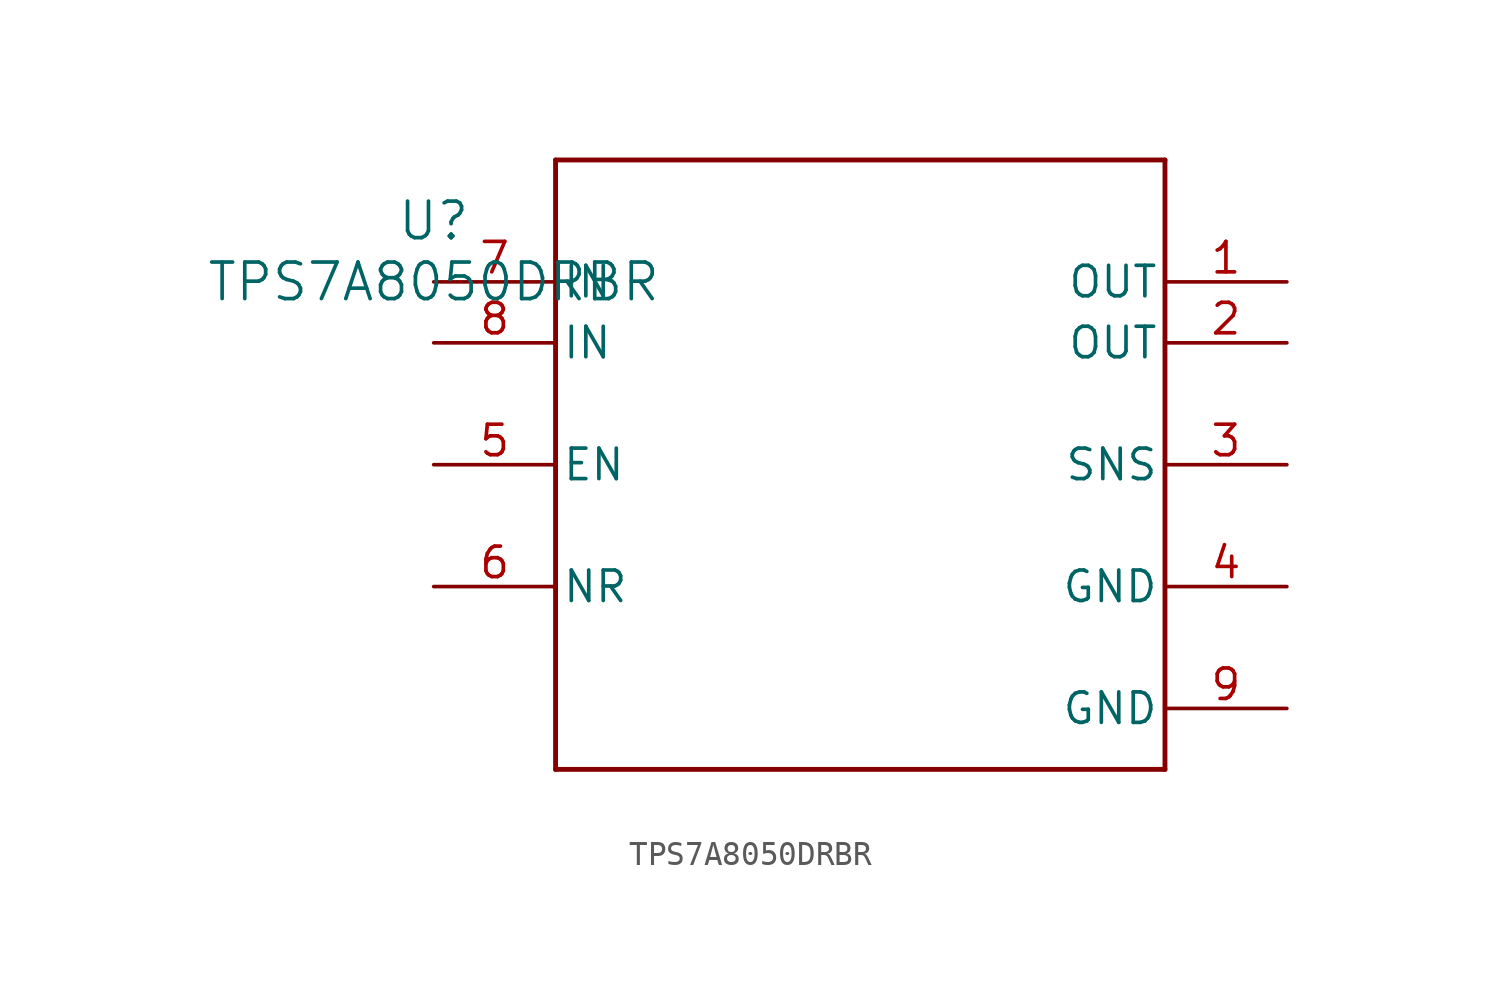
<source format=kicad_sym>
(kicad_symbol_lib
  (version 20211014)
  (generator kicad_symbol_editor)
  (symbol "TPS7A8050DRBR"
    (pin_names
      (offset 0.254))
    (property "Reference" "U"
      (at 0 2.54 0)
      (effects (font (size 1.524 1.524))))
    (property "Value" "TPS7A8050DRBR"
      (at 0 0 0)
      (effects (font (size 1.524 1.524))))
    (symbol "TPS7A8050DRBR_0_1"
      (polyline (pts (xy 5.08 -20.32) (xy 30.48 -20.32)) (stroke (width 0.203) (type default) (color 0 0 0 0)) (fill (type none)))
      (polyline (pts (xy 30.48 -20.32) (xy 30.48 5.08)) (stroke (width 0.203) (type default) (color 0 0 0 0)) (fill (type none)))
      (polyline (pts (xy 30.48 5.08) (xy 5.08 5.08)) (stroke (width 0.203) (type default) (color 0 0 0 0)) (fill (type none)))
      (polyline (pts (xy 5.08 5.08) (xy 5.08 -20.32)) (stroke (width 0.203) (type default) (color 0 0 0 0)) (fill (type none)))
      (pin power_in line (at 35.56 0 180) (length 5.08) (name "OUT" (effects (font (size 1.27 1.27)))) (number "1" (effects (font (size 1.27 1.27)))))
      (pin power_in line (at 35.56 -2.54 180) (length 5.08) (name "OUT" (effects (font (size 1.27 1.27)))) (number "2" (effects (font (size 1.27 1.27)))))
      (pin unspecified line (at 35.56 -7.62 180) (length 5.08) (name "SNS" (effects (font (size 1.27 1.27)))) (number "3" (effects (font (size 1.27 1.27)))))
      (pin power_in line (at 35.56 -12.7 180) (length 5.08) (name "GND" (effects (font (size 1.27 1.27)))) (number "4" (effects (font (size 1.27 1.27)))))
      (pin input line (at 0 -7.62 0) (length 5.08) (name "EN" (effects (font (size 1.27 1.27)))) (number "5" (effects (font (size 1.27 1.27)))))
      (pin unspecified line (at 0 -12.7 0) (length 5.08) (name "NR" (effects (font (size 1.27 1.27)))) (number "6" (effects (font (size 1.27 1.27)))))
      (pin power_in line (at 0 0 0) (length 5.08) (name "IN" (effects (font (size 1.27 1.27)))) (number "7" (effects (font (size 1.27 1.27)))))
      (pin power_in line (at 0 -2.54 0) (length 5.08) (name "IN" (effects (font (size 1.27 1.27)))) (number "8" (effects (font (size 1.27 1.27)))))
      (pin power_in line (at 35.56 -17.78 180) (length 5.08) (name "GND" (effects (font (size 1.27 1.27)))) (number "9" (effects (font (size 1.27 1.27))))))))
</source>
